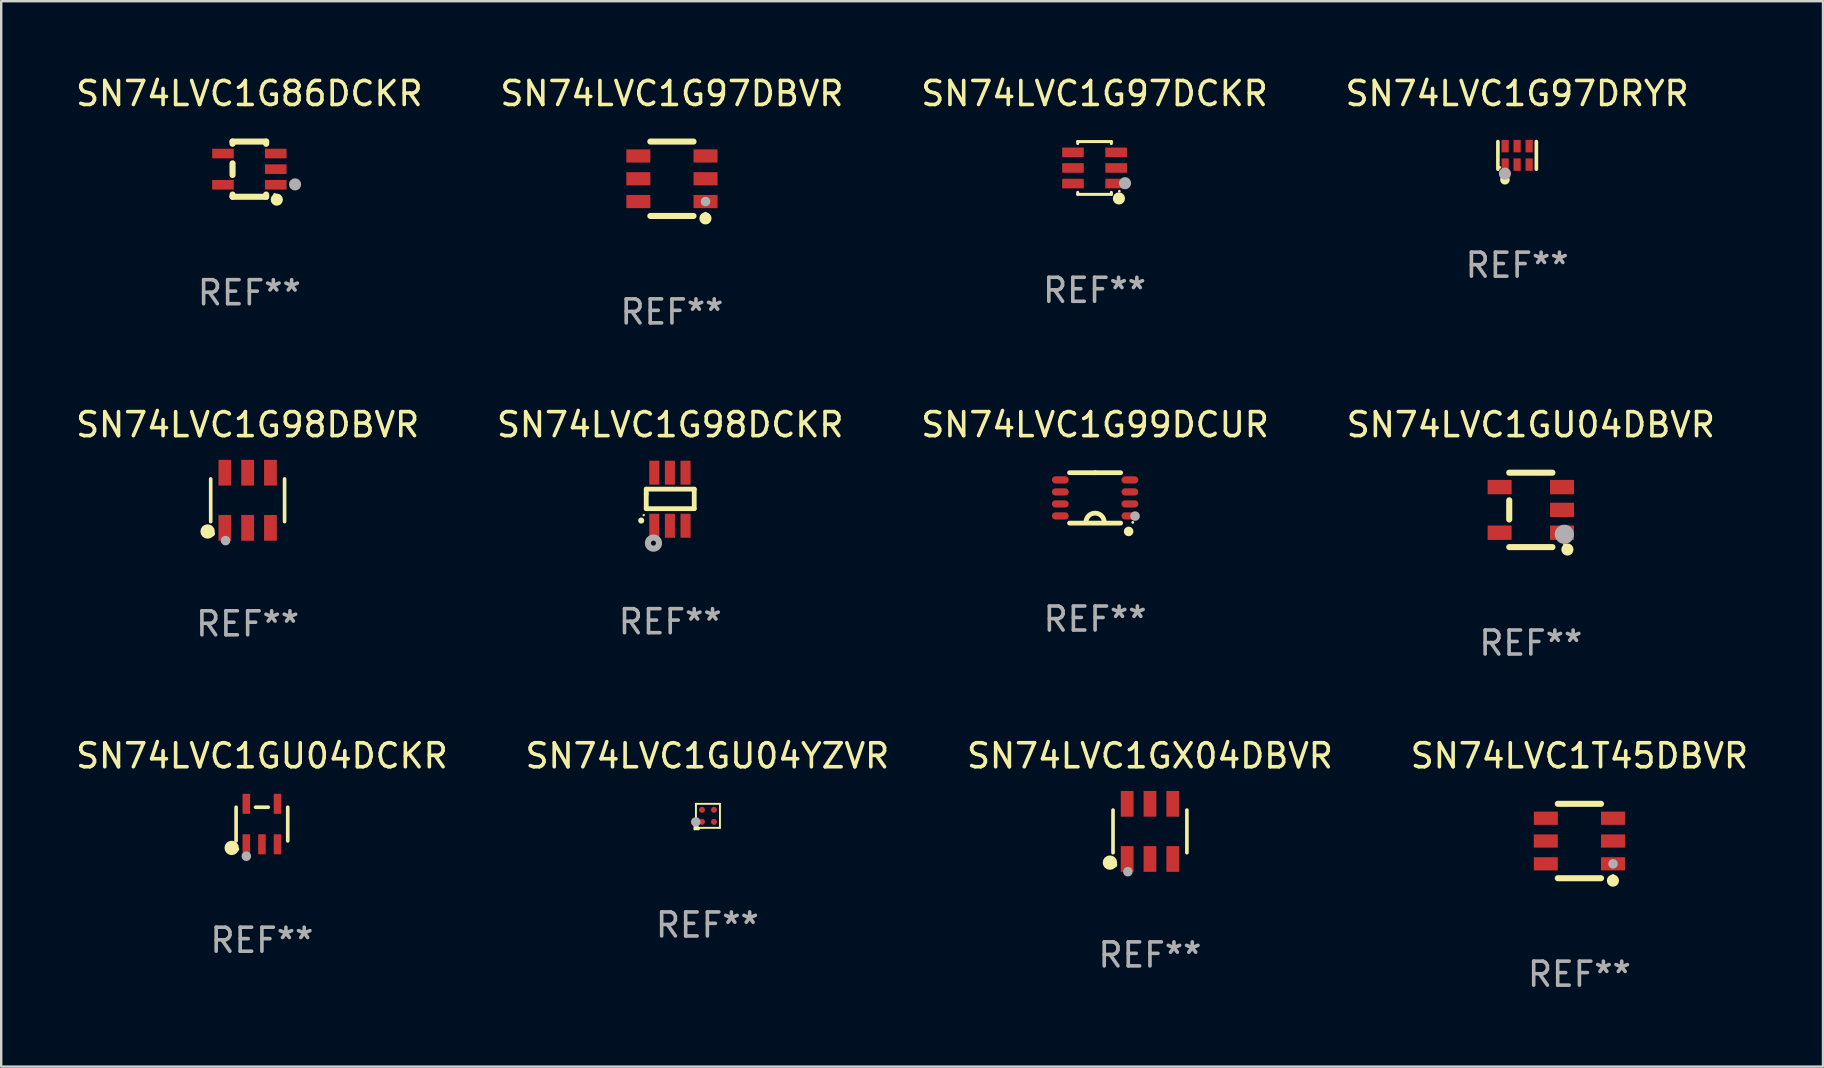
<source format=kicad_pcb>
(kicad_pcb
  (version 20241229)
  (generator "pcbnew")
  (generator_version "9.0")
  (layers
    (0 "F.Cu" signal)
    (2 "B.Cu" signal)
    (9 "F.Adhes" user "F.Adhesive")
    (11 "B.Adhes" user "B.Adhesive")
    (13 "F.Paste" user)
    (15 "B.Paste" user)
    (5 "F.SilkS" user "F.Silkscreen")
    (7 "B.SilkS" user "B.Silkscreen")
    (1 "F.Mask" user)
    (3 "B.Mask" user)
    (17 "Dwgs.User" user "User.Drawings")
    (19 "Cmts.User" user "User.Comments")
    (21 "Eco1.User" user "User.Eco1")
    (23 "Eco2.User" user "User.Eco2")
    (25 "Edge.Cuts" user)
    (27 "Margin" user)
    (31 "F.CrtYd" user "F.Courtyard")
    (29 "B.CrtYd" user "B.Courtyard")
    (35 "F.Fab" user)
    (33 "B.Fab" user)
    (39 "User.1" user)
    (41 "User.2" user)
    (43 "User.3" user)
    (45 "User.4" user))
  (footprint "SN74LVC1G86DCKR"
    (layer "F.Cu")
    (at 7.339 3.998)
    (property "Reference" "SN74LVC1G86DCKR" (at 0 -3.15 0) (layer "F.SilkS") (effects (font (size 1 1) (thickness 0.15))))
    (attr through_hole)
    (fp_line (start -0.7 -1.15) (end 0.7 -1.15) (stroke (width 0.254) (type solid)) (layer "F.SilkS"))
    (fp_line (start -0.7 -1.058) (end -0.7 -1.15) (stroke (width 0.254) (type solid)) (layer "F.SilkS"))
    (fp_line (start -0.7 0.242) (end -0.7 -0.242) (stroke (width 0.254) (type solid)) (layer "F.SilkS"))
    (fp_line (start -0.7 1.15) (end -0.7 1.058) (stroke (width 0.254) (type solid)) (layer "F.SilkS"))
    (fp_line (start -0.7 1.15) (end 0.7 1.15) (stroke (width 0.254) (type solid)) (layer "F.SilkS"))
    (fp_line (start 0.7 -1.058) (end 0.7 -1.15) (stroke (width 0.254) (type solid)) (layer "F.SilkS"))
    (fp_line (start 0.7 1.15) (end 0.7 1.058) (stroke (width 0.254) (type solid)) (layer "F.SilkS"))
    (fp_circle (center 1.053 1.052) (end 1.083 1.052) (stroke (width 0.06) (type solid)) (fill no) (layer "F.SilkS"))
    (fp_circle (center 1.143 1.27) (end 1.27 1.27) (stroke (width 0.254) (type solid)) (fill no) (layer "F.SilkS"))
    (fp_circle (center 1.905 0.635) (end 2.032 0.635) (stroke (width 0.254) (type solid)) (fill no) (layer "F.Fab"))
    (fp_text user "REF**" (at 0 5.15 0) (layer "F.Fab") (effects (font (size 1 1) (thickness 0.15))))
    (pad "1" smd rect (at 1.1 0.65 90) (size 0.4 0.9) (layers "F.Cu" "F.Mask" "F.Paste"))
    (pad "2" smd rect (at 1.1 0.000076 90) (size 0.4 0.9) (layers "F.Cu" "F.Mask" "F.Paste"))
    (pad "3" smd rect (at 1.1 -0.65 90) (size 0.4 0.9) (layers "F.Cu" "F.Mask" "F.Paste"))
    (pad "4" smd rect (at -1.1 -0.65 90) (size 0.4 0.9) (layers "F.Cu" "F.Mask" "F.Paste"))
    (pad "5" smd rect (at -1.1 0.65 90) (size 0.4 0.9) (layers "F.Cu" "F.Mask" "F.Paste")))
  (footprint "SN74LVC1GX04DBVR"
    (layer "F.Cu")
    (at 44.863 31.59)
    (property "Reference" "SN74LVC1GX04DBVR" (at 0 -3.149 0) (layer "F.SilkS") (effects (font (size 1 1) (thickness 0.15))))
    (attr through_hole)
    (fp_line (start -1.539 0.889) (end -1.539 -0.889) (stroke (width 0.152) (type solid)) (layer "F.SilkS"))
    (fp_line (start 1.539 0.889) (end 1.539 -0.889) (stroke (width 0.152) (type solid)) (layer "F.SilkS"))
    (fp_circle (center -1.668 1.301) (end -1.518 1.301) (stroke (width 0.3) (type solid)) (fill no) (layer "F.SilkS"))
    (fp_circle (center -1.463 1.4) (end -1.413 1.4) (stroke (width 0.1) (type solid)) (fill no) (layer "F.SilkS"))
    (fp_circle (center -0.92 1.68) (end -0.82 1.68) (stroke (width 0.2) (type solid)) (fill no) (layer "F.Fab"))
    (fp_text user "REF**" (at 0 5.149 0) (layer "F.Fab") (effects (font (size 1 1) (thickness 0.15))))
    (pad "1" smd rect (at -0.95 1.149) (size 0.532 1.072) (layers "F.Cu" "F.Mask" "F.Paste"))
    (pad "2" smd rect (at 0 1.149) (size 0.532 1.072) (layers "F.Cu" "F.Mask" "F.Paste"))
    (pad "3" smd rect (at 0.95 1.149) (size 0.532 1.072) (layers "F.Cu" "F.Mask" "F.Paste"))
    (pad "4" smd rect (at 0.95 -1.149) (size 0.532 1.072) (layers "F.Cu" "F.Mask" "F.Paste"))
    (pad "5" smd rect (at 0 -1.149) (size 0.532 1.072) (layers "F.Cu" "F.Mask" "F.Paste"))
    (pad "6" smd rect (at -0.95 -1.149) (size 0.532 1.072) (layers "F.Cu" "F.Mask" "F.Paste")))
  (footprint "SN74LVC1G97DBVR"
    (layer "F.Cu")
    (at 24.946 4.398)
    (property "Reference" "SN74LVC1G97DBVR" (at 0 -3.55 0) (layer "F.SilkS") (effects (font (size 1 1) (thickness 0.15))))
    (attr through_hole)
    (fp_line (start -0.9 -1.55) (end 0.9 -1.55) (stroke (width 0.254) (type solid)) (layer "F.SilkS"))
    (fp_line (start -0.9 1.55) (end 0.9 1.55) (stroke (width 0.254) (type solid)) (layer "F.SilkS"))
    (fp_circle (center 1.397 1.651) (end 1.524 1.651) (stroke (width 0.254) (type solid)) (fill no) (layer "F.SilkS"))
    (fp_circle (center 1.4 1.435) (end 1.43 1.435) (stroke (width 0.06) (type solid)) (fill no) (layer "F.SilkS"))
    (fp_circle (center 1.4 0.95) (end 1.5 0.95) (stroke (width 0.2) (type solid)) (fill no) (layer "F.Fab"))
    (fp_text user "REF**" (at 0 5.55 0) (layer "F.Fab") (effects (font (size 1 1) (thickness 0.15))))
    (pad "1" smd rect (at 1.4 0.95) (size 1 0.55) (layers "F.Cu" "F.Mask" "F.Paste"))
    (pad "2" smd rect (at 1.4 -0.000102) (size 1 0.55) (layers "F.Cu" "F.Mask" "F.Paste"))
    (pad "3" smd rect (at 1.4 -0.95) (size 1 0.55) (layers "F.Cu" "F.Mask" "F.Paste"))
    (pad "4" smd rect (at -1.4 -0.95) (size 1 0.55) (layers "F.Cu" "F.Mask" "F.Paste"))
    (pad "5" smd rect (at -1.4 -0.000102) (size 1 0.55) (layers "F.Cu" "F.Mask" "F.Paste"))
    (pad "6" smd rect (at -1.4 0.95) (size 1 0.55) (layers "F.Cu" "F.Mask" "F.Paste")))
  (footprint "SN74LVC1G99DCUR"
    (layer "F.Cu")
    (at 42.577 17.695)
    (property "Reference" "SN74LVC1G99DCUR" (at 0 -3.05 0) (layer "F.SilkS") (effects (font (size 1 1) (thickness 0.15))))
    (attr through_hole)
    (fp_line (start -1.064 1.05) (end 1.064 1.05) (stroke (width 0.2) (type solid)) (layer "F.SilkS"))
    (fp_line (start -0.000051 -1.05) (end -1.064 -1.05) (stroke (width 0.2) (type solid)) (layer "F.SilkS"))
    (fp_line (start -0.000051 -1.05) (end 1.064 -1.05) (stroke (width 0.2) (type solid)) (layer "F.SilkS"))
    (fp_arc (start -0.381102 1.015991) (mid -0.000077 0.635294) (end 0.38095 1.015989) (stroke (width 0.2) (type solid)) (layer "F.SilkS"))
    (fp_circle (center 1.397 1.397) (end 1.497 1.397) (stroke (width 0.2) (type solid)) (fill no) (layer "F.SilkS"))
    (fp_circle (center 1.57 1.02) (end 1.6 1.02) (stroke (width 0.06) (type solid)) (fill no) (layer "F.SilkS"))
    (fp_circle (center 1.666 0.758) (end 1.766 0.758) (stroke (width 0.2) (type solid)) (fill no) (layer "F.Fab"))
    (fp_text user "REF**" (at 0 5.05 0) (layer "F.Fab") (effects (font (size 1 1) (thickness 0.15))))
    (pad "1" smd oval (at 1.45 0.75 90) (size 0.3 0.7) (layers "F.Cu" "F.Mask" "F.Paste"))
    (pad "2" smd oval (at 1.45 0.25 90) (size 0.3 0.7) (layers "F.Cu" "F.Mask" "F.Paste"))
    (pad "3" smd oval (at 1.45 -0.25 90) (size 0.3 0.7) (layers "F.Cu" "F.Mask" "F.Paste"))
    (pad "4" smd oval (at 1.45 -0.75 90) (size 0.3 0.7) (layers "F.Cu" "F.Mask" "F.Paste"))
    (pad "5" smd oval (at -1.45 -0.75 90) (size 0.3 0.7) (layers "F.Cu" "F.Mask" "F.Paste"))
    (pad "6" smd oval (at -1.45 -0.25 90) (size 0.3 0.7) (layers "F.Cu" "F.Mask" "F.Paste"))
    (pad "7" smd oval (at -1.45 0.25 90) (size 0.3 0.7) (layers "F.Cu" "F.Mask" "F.Paste"))
    (pad "8" smd oval (at -1.45 0.75 90) (size 0.3 0.7) (layers "F.Cu" "F.Mask" "F.Paste")))
  (footprint "SN74LVC1G98DCKR"
    (layer "F.Cu")
    (at 24.875 17.75)
    (property "Reference" "SN74LVC1G98DCKR" (at 0 -3.105 0) (layer "F.SilkS") (effects (font (size 1 1) (thickness 0.15))))
    (attr through_hole)
    (fp_line (start -1 -0.419) (end -1 -0.213) (stroke (width 0.2) (type solid)) (layer "F.SilkS"))
    (fp_line (start -1 -0.213) (end -1 0.393) (stroke (width 0.2) (type solid)) (layer "F.SilkS"))
    (fp_line (start -1 0.393) (end 1 0.393) (stroke (width 0.2) (type solid)) (layer "F.SilkS"))
    (fp_line (start 1 -0.419) (end -1 -0.419) (stroke (width 0.2) (type solid)) (layer "F.SilkS"))
    (fp_line (start 1 0.393) (end 1 -0.419) (stroke (width 0.2) (type solid)) (layer "F.SilkS"))
    (fp_arc (start -1.208509 0.890272) (mid -1.208515 0.889002) (end -1.208509 0.887732) (stroke (width 0.25) (type solid)) (layer "F.SilkS"))
    (fp_circle (center -1.105 0.66) (end -1.08 0.66) (stroke (width 0.05) (type solid)) (fill no) (layer "F.SilkS"))
    (fp_circle (center -0.699 1.829) (end -0.594 1.829) (stroke (width 0.254) (type solid)) (fill no) (layer "F.Fab"))
    (fp_text user "REF**" (at 0 5.105 0) (layer "F.Fab") (effects (font (size 1 1) (thickness 0.15))))
    (pad "1" smd rect (at -0.663 1.105) (size 0.42 1) (layers "F.Cu" "F.Mask" "F.Paste"))
    (pad "2" smd rect (at -0.013 1.105) (size 0.42 1) (layers "F.Cu" "F.Mask" "F.Paste"))
    (pad "3" smd rect (at 0.637 1.105) (size 0.42 1) (layers "F.Cu" "F.Mask" "F.Paste"))
    (pad "4" smd rect (at 0.637 -1.105 180) (size 0.42 1) (layers "F.Cu" "F.Mask" "F.Paste"))
    (pad "5" smd rect (at -0.013 -1.105 180) (size 0.42 1) (layers "F.Cu" "F.Mask" "F.Paste"))
    (pad "6" smd rect (at -0.663 -1.105 180) (size 0.42 1) (layers "F.Cu" "F.Mask" "F.Paste")))
  (footprint "SN74LVC1GU04YZVR"
    (layer "F.Cu")
    (at 26.423 30.966)
    (property "Reference" "SN74LVC1GU04YZVR" (at 0 -2.524 0) (layer "F.SilkS") (effects (font (size 1 1) (thickness 0.15))))
    (attr through_hole)
    (fp_line (start -0.524 0.375) (end -0.524 0.524) (stroke (width 0.102) (type solid)) (layer "F.SilkS"))
    (fp_line (start -0.524 0.524) (end -0.375 0.524) (stroke (width 0.102) (type solid)) (layer "F.SilkS"))
    (fp_line (start -0.476 -0.524) (end 0.524 -0.524) (stroke (width 0.08) (type solid)) (layer "F.SilkS"))
    (fp_line (start -0.476 0.375) (end -0.476 -0.524) (stroke (width 0.08) (type solid)) (layer "F.SilkS"))
    (fp_line (start -0.476 0.376) (end -0.476 0.375) (stroke (width 0.08) (type solid)) (layer "F.SilkS"))
    (fp_line (start -0.375 0.476) (end -0.476 0.426) (stroke (width 0.08) (type solid)) (layer "F.SilkS"))
    (fp_line (start -0.375 0.524) (end -0.524 0.375) (stroke (width 0.102) (type solid)) (layer "F.SilkS"))
    (fp_line (start 0.524 -0.524) (end 0.524 0.476) (stroke (width 0.08) (type solid)) (layer "F.SilkS"))
    (fp_line (start 0.524 0.476) (end -0.375 0.476) (stroke (width 0.08) (type solid)) (layer "F.SilkS"))
    (fp_circle (center -0.426 0.426) (end -0.396 0.426) (stroke (width 0.06) (type solid)) (fill no) (layer "F.SilkS"))
    (fp_circle (center -0.484 0.23) (end -0.384 0.23) (stroke (width 0.2) (type solid)) (fill no) (layer "F.Fab"))
    (fp_text user "REF**" (at 0 4.524 0) (layer "F.Fab") (effects (font (size 1 1) (thickness 0.15))))
    (pad "A1" smd circle (at -0.226 0.226) (size 0.25 0.25) (layers "F.Cu" "F.Mask" "F.Paste"))
    (pad "A2" smd circle (at -0.226 -0.274) (size 0.25 0.25) (layers "F.Cu" "F.Mask" "F.Paste"))
    (pad "B1" smd circle (at 0.274 0.226) (size 0.25 0.25) (layers "F.Cu" "F.Mask" "F.Paste"))
    (pad "B2" smd circle (at 0.274 -0.274) (size 0.25 0.25) (layers "F.Cu" "F.Mask" "F.Paste")))
  (footprint "SN74LVC1G97DRYR"
    (layer "F.Cu")
    (at 60.161 3.424)
    (property "Reference" "SN74LVC1G97DRYR" (at 0 -2.576 0) (layer "F.SilkS") (effects (font (size 1 1) (thickness 0.15))))
    (attr through_hole)
    (fp_line (start -0.801 0.576) (end -0.801 -0.576) (stroke (width 0.152) (type solid)) (layer "F.SilkS"))
    (fp_line (start 0.801 -0.576) (end 0.801 0.576) (stroke (width 0.152) (type solid)) (layer "F.SilkS"))
    (fp_circle (center -0.725 0.5) (end -0.695 0.5) (stroke (width 0.06) (type solid)) (fill no) (layer "F.SilkS"))
    (fp_circle (center -0.508 1.016) (end -0.408 1.016) (stroke (width 0.2) (type solid)) (fill no) (layer "F.SilkS"))
    (fp_circle (center -0.508 0.762) (end -0.381 0.762) (stroke (width 0.254) (type solid)) (fill no) (layer "F.Fab"))
    (fp_text user "REF**" (at 0 4.576 0) (layer "F.Fab") (effects (font (size 1 1) (thickness 0.15))))
    (pad "1" smd rect (at -0.5 0.385) (size 0.3 0.52) (layers "F.Cu" "F.Mask" "F.Paste"))
    (pad "2" smd rect (at 0 0.385) (size 0.3 0.52) (layers "F.Cu" "F.Mask" "F.Paste"))
    (pad "3" smd rect (at 0.5 0.385) (size 0.3 0.52) (layers "F.Cu" "F.Mask" "F.Paste"))
    (pad "4" smd rect (at 0.5 -0.385) (size 0.3 0.52) (layers "F.Cu" "F.Mask" "F.Paste"))
    (pad "5" smd rect (at 0 -0.385) (size 0.3 0.52) (layers "F.Cu" "F.Mask" "F.Paste"))
    (pad "6" smd rect (at -0.5 -0.385) (size 0.3 0.52) (layers "F.Cu" "F.Mask" "F.Paste")))
  (footprint "SN74LVC1GU04DBVR"
    (layer "F.Cu")
    (at 60.732 18.195)
    (property "Reference" "SN74LVC1GU04DBVR" (at 0 -3.55 0) (layer "F.SilkS") (effects (font (size 1 1) (thickness 0.15))))
    (attr through_hole)
    (fp_line (start -0.9 -1.55) (end 0.9 -1.55) (stroke (width 0.254) (type solid)) (layer "F.SilkS"))
    (fp_line (start -0.9 0.4) (end -0.9 -0.4) (stroke (width 0.254) (type solid)) (layer "F.SilkS"))
    (fp_line (start -0.9 1.55) (end 0.9 1.55) (stroke (width 0.254) (type solid)) (layer "F.SilkS"))
    (fp_circle (center 1.4 1.45) (end 1.43 1.45) (stroke (width 0.06) (type solid)) (fill no) (layer "F.SilkS"))
    (fp_circle (center 1.524 1.651) (end 1.651 1.651) (stroke (width 0.254) (type solid)) (fill no) (layer "F.SilkS"))
    (fp_circle (center 1.397 1.016) (end 1.597 1.016) (stroke (width 0.4) (type solid)) (fill no) (layer "F.Fab"))
    (fp_text user "REF**" (at 0 5.55 0) (layer "F.Fab") (effects (font (size 1 1) (thickness 0.15))))
    (pad "1" smd rect (at 1.3 0.95) (size 1 0.6) (layers "F.Cu" "F.Mask" "F.Paste"))
    (pad "2" smd rect (at 1.3 -0.000051) (size 1 0.6) (layers "F.Cu" "F.Mask" "F.Paste"))
    (pad "3" smd rect (at 1.3 -0.95) (size 1 0.6) (layers "F.Cu" "F.Mask" "F.Paste"))
    (pad "4" smd rect (at -1.3 -0.95) (size 1 0.6) (layers "F.Cu" "F.Mask" "F.Paste"))
    (pad "5" smd rect (at -1.3 0.95) (size 1 0.6) (layers "F.Cu" "F.Mask" "F.Paste")))
  (footprint "SN74LVC1G98DBVR"
    (layer "F.Cu")
    (at 7.268 17.794)
    (property "Reference" "SN74LVC1G98DBVR" (at 0 -3.149 0) (layer "F.SilkS") (effects (font (size 1 1) (thickness 0.15))))
    (attr through_hole)
    (fp_line (start -1.539 0.889) (end -1.539 -0.889) (stroke (width 0.152) (type solid)) (layer "F.SilkS"))
    (fp_line (start 1.539 0.889) (end 1.539 -0.889) (stroke (width 0.152) (type solid)) (layer "F.SilkS"))
    (fp_circle (center -1.668 1.301) (end -1.518 1.301) (stroke (width 0.3) (type solid)) (fill no) (layer "F.SilkS"))
    (fp_circle (center -1.463 1.4) (end -1.413 1.4) (stroke (width 0.1) (type solid)) (fill no) (layer "F.SilkS"))
    (fp_circle (center -0.92 1.68) (end -0.82 1.68) (stroke (width 0.2) (type solid)) (fill no) (layer "F.Fab"))
    (fp_text user "REF**" (at 0 5.149 0) (layer "F.Fab") (effects (font (size 1 1) (thickness 0.15))))
    (pad "1" smd rect (at -0.95 1.149) (size 0.532 1.072) (layers "F.Cu" "F.Mask" "F.Paste"))
    (pad "2" smd rect (at 0 1.149) (size 0.532 1.072) (layers "F.Cu" "F.Mask" "F.Paste"))
    (pad "3" smd rect (at 0.95 1.149) (size 0.532 1.072) (layers "F.Cu" "F.Mask" "F.Paste"))
    (pad "4" smd rect (at 0.95 -1.149) (size 0.532 1.072) (layers "F.Cu" "F.Mask" "F.Paste"))
    (pad "5" smd rect (at 0 -1.149) (size 0.532 1.072) (layers "F.Cu" "F.Mask" "F.Paste"))
    (pad "6" smd rect (at -0.95 -1.149) (size 0.532 1.072) (layers "F.Cu" "F.Mask" "F.Paste")))
  (footprint "SN74LVC1G97DCKR"
    (layer "F.Cu")
    (at 42.554 3.948)
    (property "Reference" "SN74LVC1G97DCKR" (at 0 -3.1 0) (layer "F.SilkS") (effects (font (size 1 1) (thickness 0.15))))
    (attr through_hole)
    (fp_line (start -0.7 -1.018) (end -0.7 -1.1) (stroke (width 0.127) (type solid)) (layer "F.SilkS"))
    (fp_line (start -0.7 1.1) (end -0.7 1.018) (stroke (width 0.127) (type solid)) (layer "F.SilkS"))
    (fp_line (start 0.7 -1.1) (end -0.7 -1.1) (stroke (width 0.127) (type solid)) (layer "F.SilkS"))
    (fp_line (start 0.7 -1.018) (end 0.7 -1.1) (stroke (width 0.127) (type solid)) (layer "F.SilkS"))
    (fp_line (start 0.7 1.1) (end -0.7 1.1) (stroke (width 0.127) (type solid)) (layer "F.SilkS"))
    (fp_line (start 0.7 1.1) (end 0.7 1.018) (stroke (width 0.127) (type solid)) (layer "F.SilkS"))
    (fp_circle (center 1.016 1.27) (end 1.143 1.27) (stroke (width 0.254) (type solid)) (fill no) (layer "F.SilkS"))
    (fp_circle (center 1.032 0.97) (end 1.062 0.97) (stroke (width 0.06) (type solid)) (fill no) (layer "F.SilkS"))
    (fp_circle (center 1.27 0.635) (end 1.397 0.635) (stroke (width 0.254) (type solid)) (fill no) (layer "F.Fab"))
    (fp_text user "REF**" (at 0 5.1 0) (layer "F.Fab") (effects (font (size 1 1) (thickness 0.15))))
    (pad "1" smd rect (at 0.9 0.65 90) (size 0.4 0.9) (layers "F.Cu" "F.Mask" "F.Paste"))
    (pad "2" smd rect (at 0.9 -0.000102 90) (size 0.4 0.9) (layers "F.Cu" "F.Mask" "F.Paste"))
    (pad "3" smd rect (at 0.9 -0.65 90) (size 0.4 0.9) (layers "F.Cu" "F.Mask" "F.Paste"))
    (pad "4" smd rect (at -0.9 -0.65 90) (size 0.4 0.9) (layers "F.Cu" "F.Mask" "F.Paste"))
    (pad "5" smd rect (at -0.9 -0.000102 90) (size 0.4 0.9) (layers "F.Cu" "F.Mask" "F.Paste"))
    (pad "6" smd rect (at -0.9 0.65 90) (size 0.4 0.9) (layers "F.Cu" "F.Mask" "F.Paste")))
  (footprint "SN74LVC1T45DBVR"
    (layer "F.Cu")
    (at 62.756 31.991)
    (property "Reference" "SN74LVC1T45DBVR" (at 0 -3.55 0) (layer "F.SilkS") (effects (font (size 1 1) (thickness 0.15))))
    (attr through_hole)
    (fp_line (start -0.9 -1.55) (end 0.9 -1.55) (stroke (width 0.254) (type solid)) (layer "F.SilkS"))
    (fp_line (start -0.9 1.55) (end 0.9 1.55) (stroke (width 0.254) (type solid)) (layer "F.SilkS"))
    (fp_circle (center 1.397 1.651) (end 1.524 1.651) (stroke (width 0.254) (type solid)) (fill no) (layer "F.SilkS"))
    (fp_circle (center 1.4 1.435) (end 1.43 1.435) (stroke (width 0.06) (type solid)) (fill no) (layer "F.SilkS"))
    (fp_circle (center 1.4 0.95) (end 1.5 0.95) (stroke (width 0.2) (type solid)) (fill no) (layer "F.Fab"))
    (fp_text user "REF**" (at 0 5.55 0) (layer "F.Fab") (effects (font (size 1 1) (thickness 0.15))))
    (pad "1" smd rect (at 1.4 0.95) (size 1 0.55) (layers "F.Cu" "F.Mask" "F.Paste"))
    (pad "2" smd rect (at 1.4 -0.000102) (size 1 0.55) (layers "F.Cu" "F.Mask" "F.Paste"))
    (pad "3" smd rect (at 1.4 -0.95) (size 1 0.55) (layers "F.Cu" "F.Mask" "F.Paste"))
    (pad "4" smd rect (at -1.4 -0.95) (size 1 0.55) (layers "F.Cu" "F.Mask" "F.Paste"))
    (pad "5" smd rect (at -1.4 -0.000102) (size 1 0.55) (layers "F.Cu" "F.Mask" "F.Paste"))
    (pad "6" smd rect (at -1.4 0.95) (size 1 0.55) (layers "F.Cu" "F.Mask" "F.Paste")))
  (footprint "SN74LVC1GU04DCKR"
    (layer "F.Cu")
    (at 7.863 31.284)
    (property "Reference" "SN74LVC1GU04DCKR" (at 0 -2.843 0) (layer "F.SilkS") (effects (font (size 1 1) (thickness 0.15))))
    (attr through_hole)
    (fp_line (start -1.076 0.701) (end -1.076 -0.701) (stroke (width 0.152) (type solid)) (layer "F.SilkS"))
    (fp_line (start 0.264 -0.701) (end -0.264 -0.701) (stroke (width 0.152) (type solid)) (layer "F.SilkS"))
    (fp_line (start 1.076 0.701) (end 1.076 -0.701) (stroke (width 0.152) (type solid)) (layer "F.SilkS"))
    (fp_circle (center -1.26 0.995) (end -1.11 0.995) (stroke (width 0.3) (type solid)) (fill no) (layer "F.SilkS"))
    (fp_circle (center -1 1.05) (end -0.97 1.05) (stroke (width 0.06) (type solid)) (fill no) (layer "F.SilkS"))
    (fp_circle (center -0.65 1.341) (end -0.55 1.341) (stroke (width 0.2) (type solid)) (fill no) (layer "F.Fab"))
    (fp_text user "REF**" (at 0 4.843 0) (layer "F.Fab") (effects (font (size 1 1) (thickness 0.15))))
    (pad "1" smd rect (at -0.65 0.843) (size 0.315 0.835) (layers "F.Cu" "F.Mask" "F.Paste"))
    (pad "2" smd rect (at 0.00014 0.843) (size 0.315 0.835) (layers "F.Cu" "F.Mask" "F.Paste"))
    (pad "3" smd rect (at 0.65 0.843) (size 0.315 0.835) (layers "F.Cu" "F.Mask" "F.Paste"))
    (pad "4" smd rect (at 0.65 -0.843) (size 0.315 0.835) (layers "F.Cu" "F.Mask" "F.Paste"))
    (pad "5" smd rect (at -0.65 -0.843) (size 0.315 0.835) (layers "F.Cu" "F.Mask" "F.Paste")))
  (gr_rect
    (start -3 -3)
    (end 72.905 41.39)
    (stroke (width 0.1) (type default))
    (fill no)
    (layer "Edge.Cuts")))
</source>
